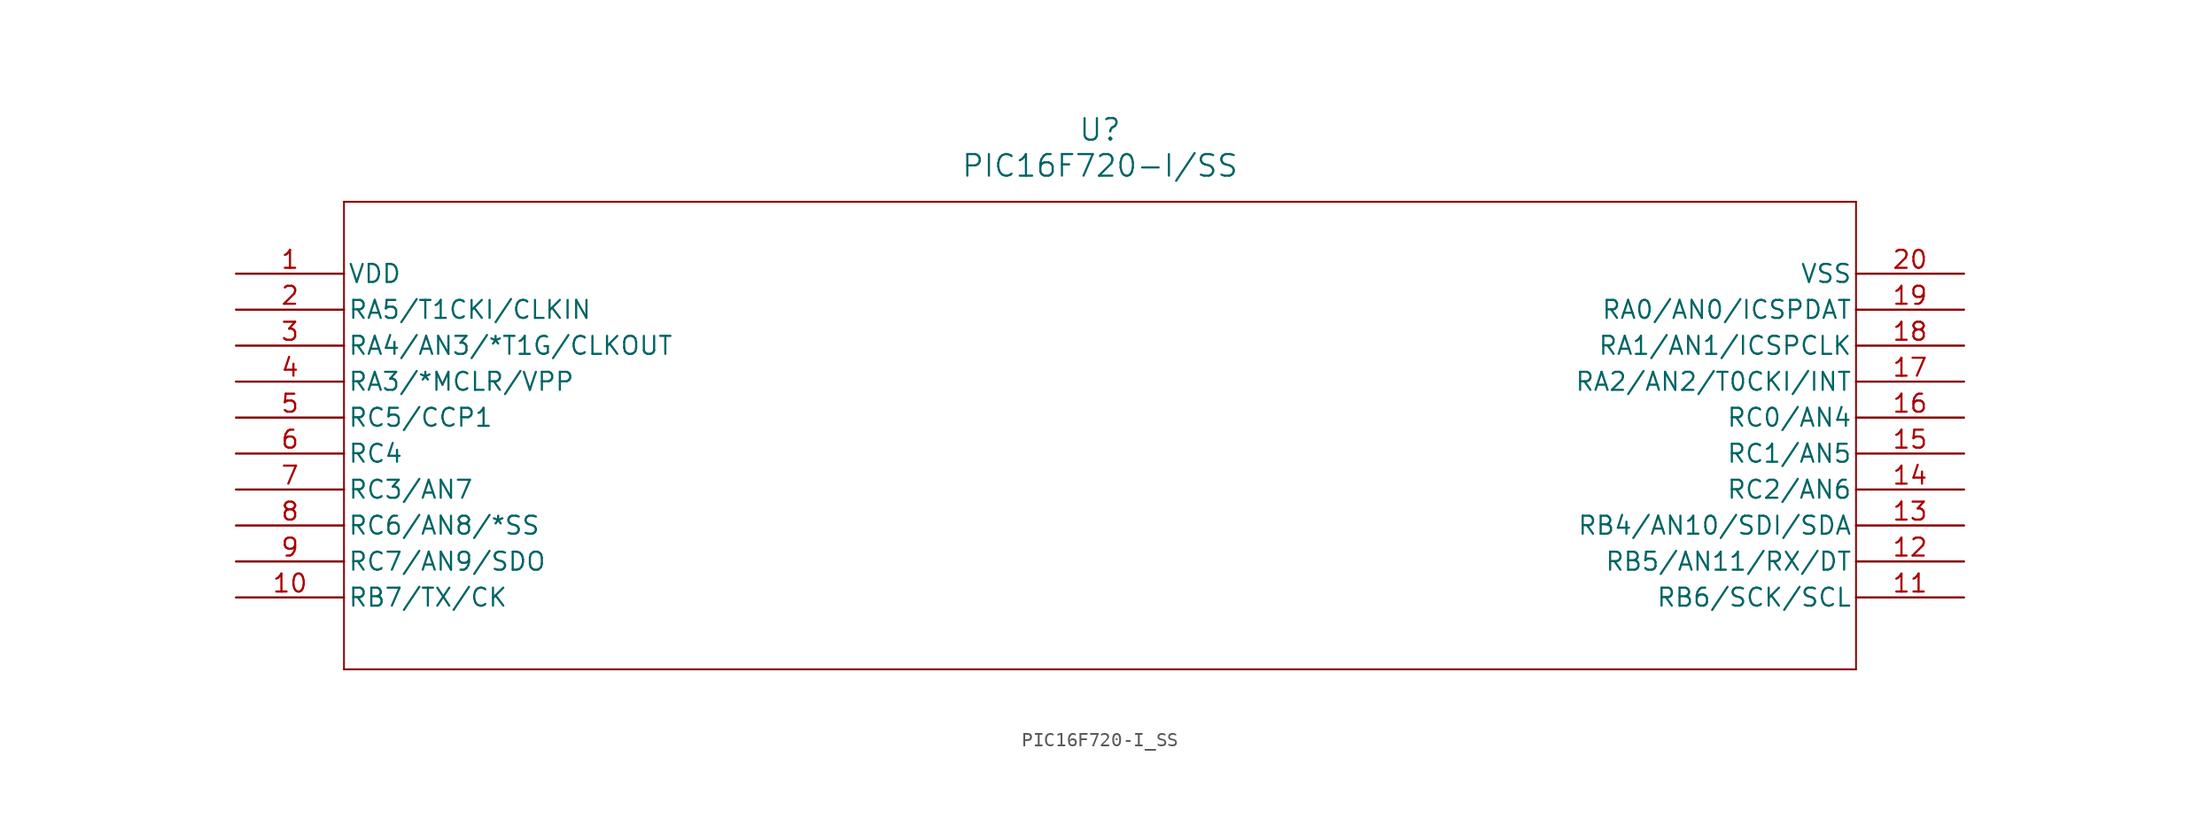
<source format=kicad_sym>
(kicad_symbol_lib
  (version 20211014)
  (generator kicad_symbol_editor)
  (symbol "PIC16F720-I_SS"
    (pin_names
      (offset 0.254))
    (property "Reference" "U"
      (at 60.96 10.16 0)
      (effects (font (size 1.524 1.524))))
    (property "Value" "PIC16F720-I/SS"
      (at 60.96 7.62 0)
      (effects (font (size 1.524 1.524))))
    (symbol "PIC16F720-I_SS_0_1"
      (polyline (pts (xy 7.62 5.08) (xy 7.62 -27.94)) (stroke (width 0.127) (type default) (color 0 0 0 0)) (fill (type none)))
      (polyline (pts (xy 7.62 -27.94) (xy 114.3 -27.94)) (stroke (width 0.127) (type default) (color 0 0 0 0)) (fill (type none)))
      (polyline (pts (xy 114.3 -27.94) (xy 114.3 5.08)) (stroke (width 0.127) (type default) (color 0 0 0 0)) (fill (type none)))
      (polyline (pts (xy 114.3 5.08) (xy 7.62 5.08)) (stroke (width 0.127) (type default) (color 0 0 0 0)) (fill (type none)))
      (pin power_in line (at 0 0 0) (length 7.62) (name "VDD" (effects (font (size 1.27 1.27)))) (number "1" (effects (font (size 1.27 1.27)))))
      (pin bidirectional line (at 0 -2.54 0) (length 7.62) (name "RA5/T1CKI/CLKIN" (effects (font (size 1.27 1.27)))) (number "2" (effects (font (size 1.27 1.27)))))
      (pin bidirectional line (at 0 -5.08 0) (length 7.62) (name "RA4/AN3/*T1G/CLKOUT" (effects (font (size 1.27 1.27)))) (number "3" (effects (font (size 1.27 1.27)))))
      (pin bidirectional line (at 0 -7.62 0) (length 7.62) (name "RA3/*MCLR/VPP" (effects (font (size 1.27 1.27)))) (number "4" (effects (font (size 1.27 1.27)))))
      (pin bidirectional line (at 0 -10.16 0) (length 7.62) (name "RC5/CCP1" (effects (font (size 1.27 1.27)))) (number "5" (effects (font (size 1.27 1.27)))))
      (pin bidirectional line (at 0 -12.7 0) (length 7.62) (name "RC4" (effects (font (size 1.27 1.27)))) (number "6" (effects (font (size 1.27 1.27)))))
      (pin bidirectional line (at 0 -15.24 0) (length 7.62) (name "RC3/AN7" (effects (font (size 1.27 1.27)))) (number "7" (effects (font (size 1.27 1.27)))))
      (pin bidirectional line (at 0 -17.78 0) (length 7.62) (name "RC6/AN8/*SS" (effects (font (size 1.27 1.27)))) (number "8" (effects (font (size 1.27 1.27)))))
      (pin bidirectional line (at 0 -20.32 0) (length 7.62) (name "RC7/AN9/SDO" (effects (font (size 1.27 1.27)))) (number "9" (effects (font (size 1.27 1.27)))))
      (pin bidirectional line (at 0 -22.86 0) (length 7.62) (name "RB7/TX/CK" (effects (font (size 1.27 1.27)))) (number "10" (effects (font (size 1.27 1.27)))))
      (pin bidirectional line (at 121.92 -22.86 180) (length 7.62) (name "RB6/SCK/SCL" (effects (font (size 1.27 1.27)))) (number "11" (effects (font (size 1.27 1.27)))))
      (pin bidirectional line (at 121.92 -20.32 180) (length 7.62) (name "RB5/AN11/RX/DT" (effects (font (size 1.27 1.27)))) (number "12" (effects (font (size 1.27 1.27)))))
      (pin bidirectional line (at 121.92 -17.78 180) (length 7.62) (name "RB4/AN10/SDI/SDA" (effects (font (size 1.27 1.27)))) (number "13" (effects (font (size 1.27 1.27)))))
      (pin bidirectional line (at 121.92 -15.24 180) (length 7.62) (name "RC2/AN6" (effects (font (size 1.27 1.27)))) (number "14" (effects (font (size 1.27 1.27)))))
      (pin bidirectional line (at 121.92 -12.7 180) (length 7.62) (name "RC1/AN5" (effects (font (size 1.27 1.27)))) (number "15" (effects (font (size 1.27 1.27)))))
      (pin bidirectional line (at 121.92 -10.16 180) (length 7.62) (name "RC0/AN4" (effects (font (size 1.27 1.27)))) (number "16" (effects (font (size 1.27 1.27)))))
      (pin bidirectional line (at 121.92 -7.62 180) (length 7.62) (name "RA2/AN2/T0CKI/INT" (effects (font (size 1.27 1.27)))) (number "17" (effects (font (size 1.27 1.27)))))
      (pin bidirectional line (at 121.92 -5.08 180) (length 7.62) (name "RA1/AN1/ICSPCLK" (effects (font (size 1.27 1.27)))) (number "18" (effects (font (size 1.27 1.27)))))
      (pin bidirectional line (at 121.92 -2.54 180) (length 7.62) (name "RA0/AN0/ICSPDAT" (effects (font (size 1.27 1.27)))) (number "19" (effects (font (size 1.27 1.27)))))
      (pin power_in line (at 121.92 0 180) (length 7.62) (name "VSS" (effects (font (size 1.27 1.27)))) (number "20" (effects (font (size 1.27 1.27))))))))
</source>
